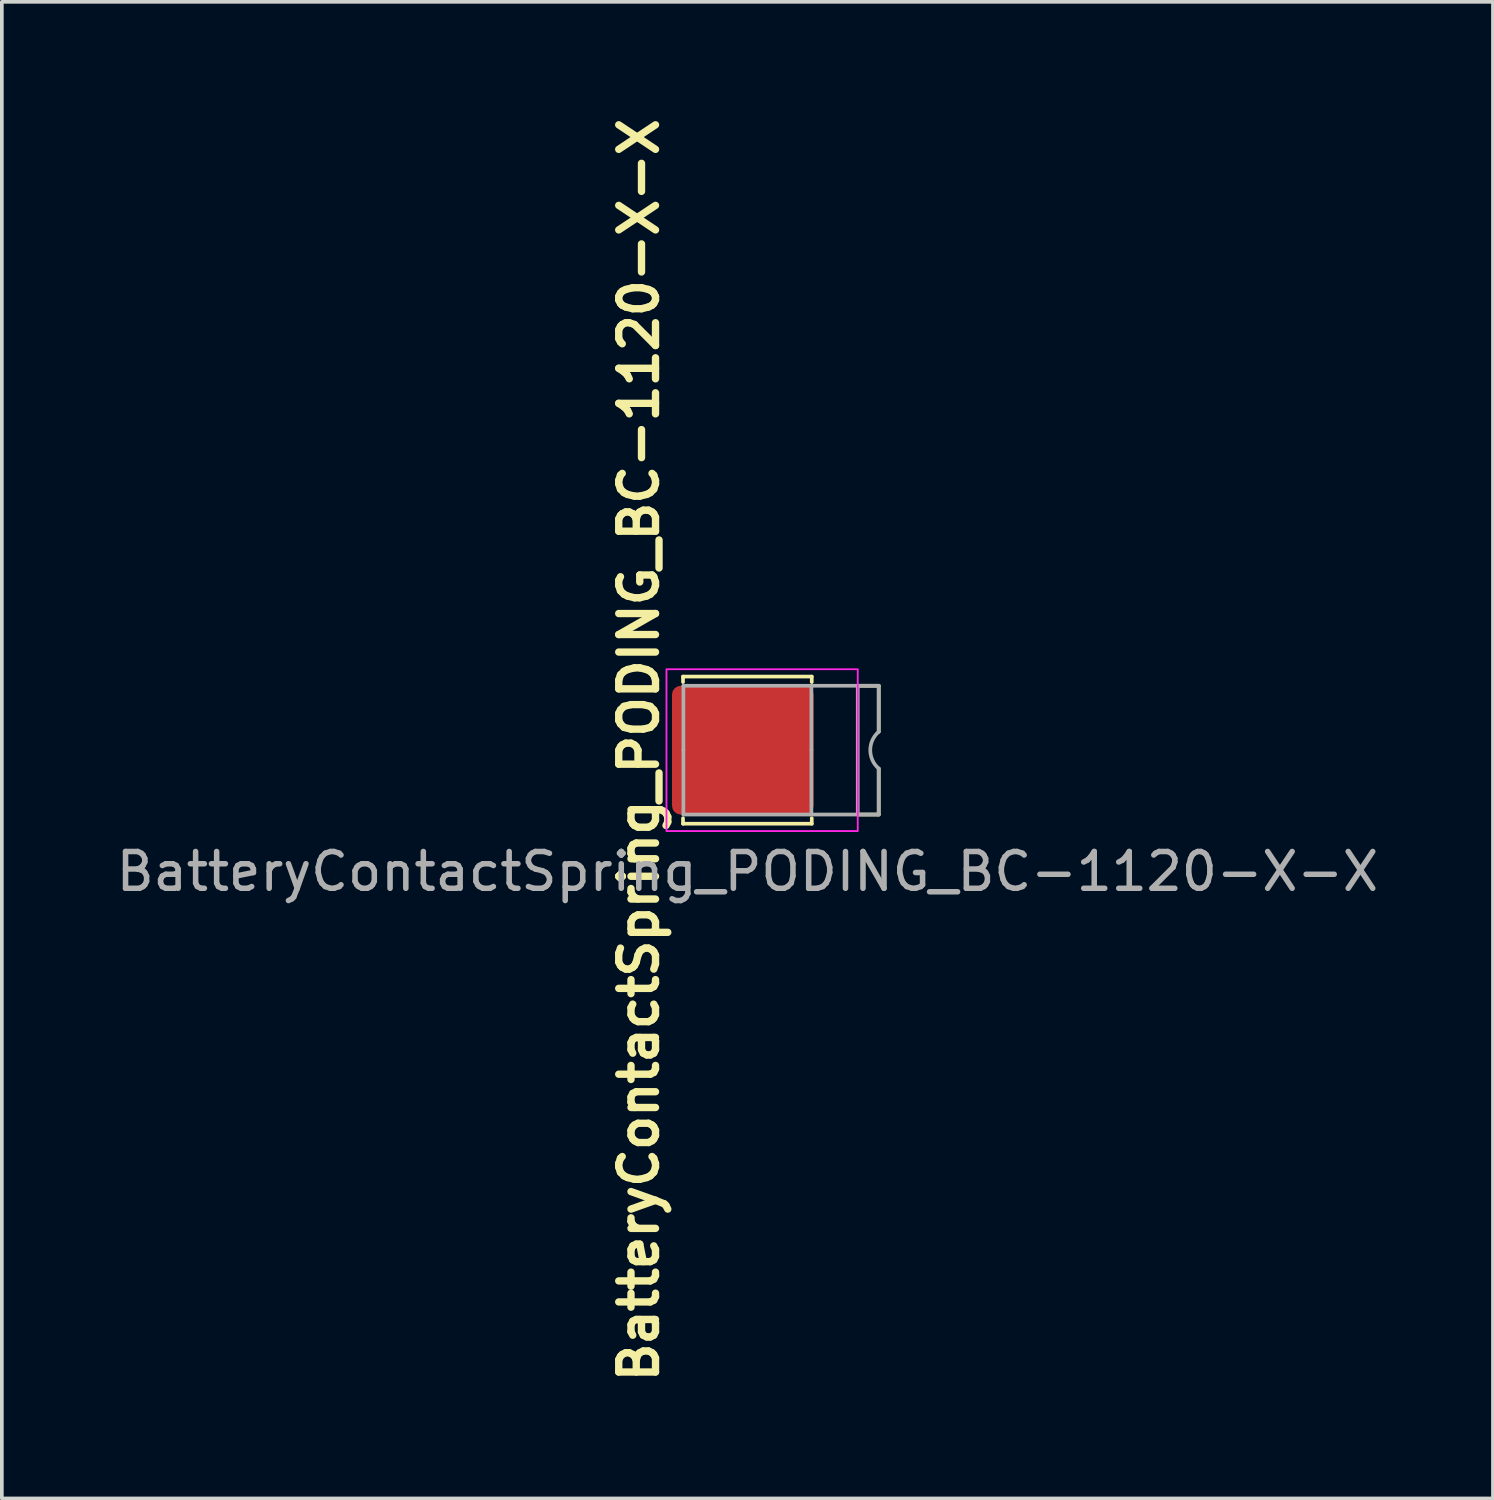
<source format=kicad_pcb>
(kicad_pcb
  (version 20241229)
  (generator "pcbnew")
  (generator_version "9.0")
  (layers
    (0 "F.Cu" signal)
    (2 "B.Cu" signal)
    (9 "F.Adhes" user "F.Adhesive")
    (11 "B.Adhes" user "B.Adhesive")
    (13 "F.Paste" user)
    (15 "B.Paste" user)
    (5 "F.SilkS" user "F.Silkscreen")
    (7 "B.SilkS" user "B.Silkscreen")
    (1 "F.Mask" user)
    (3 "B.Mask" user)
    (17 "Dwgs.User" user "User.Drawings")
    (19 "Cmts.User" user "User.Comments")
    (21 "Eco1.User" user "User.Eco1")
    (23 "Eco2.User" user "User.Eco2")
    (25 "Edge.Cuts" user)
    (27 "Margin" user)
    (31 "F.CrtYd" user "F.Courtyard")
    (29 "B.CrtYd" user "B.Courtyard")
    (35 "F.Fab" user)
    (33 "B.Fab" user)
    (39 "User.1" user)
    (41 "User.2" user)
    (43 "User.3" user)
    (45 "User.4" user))
  (footprint "BatteryContactSpring_PODING_BC-1120-X-X"
    (layer "F.Cu")
    (at 17.268 17.343)
    (property "Reference" "BatteryContactSpring_PODING_BC-1120-X-X" (at -2.95 0 90) (unlocked yes) (layer "F.SilkS") (effects (font (size 1 1) (thickness 0.2) (bold yes))))
    (attr smd)
    (fp_line (start -1.75 -2) (end 1.75 -2) (stroke (width 0.1) (type default)) (layer "F.SilkS"))
    (fp_line (start -1.75 -1.85) (end -1.75 -2) (stroke (width 0.1) (type default)) (layer "F.SilkS"))
    (fp_line (start -1.75 1.85) (end -1.75 2) (stroke (width 0.1) (type default)) (layer "F.SilkS"))
    (fp_line (start -1.75 2) (end 1.75 2) (stroke (width 0.1) (type default)) (layer "F.SilkS"))
    (fp_line (start 1.75 -2) (end 1.75 -1.85) (stroke (width 0.1) (type default)) (layer "F.SilkS"))
    (fp_line (start 1.75 2) (end 1.75 1.85) (stroke (width 0.1) (type default)) (layer "F.SilkS"))
    (fp_line (start 3 -1.75) (end 3.57 -1.75) (stroke (width 0.1) (type default)) (layer "F.SilkS"))
    (fp_line (start 3 1.75) (end 3.57 1.75) (stroke (width 0.1) (type default)) (layer "F.SilkS"))
    (fp_line (start 3.57 -1.75) (end 3.57 -0.5) (stroke (width 0.1) (type default)) (layer "F.SilkS"))
    (fp_line (start 3.57 1.75) (end 3.57 0.5) (stroke (width 0.1) (type default)) (layer "F.SilkS"))
    (fp_rect (start -1.7 -1.5) (end -0.3 -0.2) (stroke (width 0.1) (type solid)) (fill yes) (layer "F.Paste"))
    (fp_rect (start -1.7 0.2) (end -0.3 1.5) (stroke (width 0.1) (type solid)) (fill yes) (layer "F.Paste"))
    (fp_rect (start 0.1 -1.5) (end 1.5 -0.2) (stroke (width 0.1) (type solid)) (fill yes) (layer "F.Paste"))
    (fp_rect (start 0.1 0.2) (end 1.5 1.5) (stroke (width 0.1) (type solid)) (fill yes) (layer "F.Paste"))
    (fp_rect (start -2.2 -2.2) (end 3 2.2) (stroke (width 0.05) (type default)) (fill no) (layer "F.CrtYd"))
    (fp_line (start -1.74 0) (end -1.74 -1.75) (stroke (width 0.1) (type default)) (layer "F.Fab"))
    (fp_line (start -1.74 0) (end -1.74 1.75) (stroke (width 0.1) (type default)) (layer "F.Fab"))
    (fp_line (start -1.74 1.75) (end 1.74 1.75) (stroke (width 0.1) (type default)) (layer "F.Fab"))
    (fp_line (start 1.74 -1.75) (end -1.74 -1.75) (stroke (width 0.1) (type default)) (layer "F.Fab"))
    (fp_line (start 1.74 -1.75) (end 3.57 -1.75) (stroke (width 0.1) (type default)) (layer "F.Fab"))
    (fp_line (start 1.74 0) (end 1.74 -1.75) (stroke (width 0.1) (type default)) (layer "F.Fab"))
    (fp_line (start 1.74 0) (end 1.74 1.75) (stroke (width 0.1) (type default)) (layer "F.Fab"))
    (fp_line (start 1.74 1.75) (end 3.57 1.75) (stroke (width 0.1) (type default)) (layer "F.Fab"))
    (fp_line (start 3 -1.75) (end 3 1.75) (stroke (width 0.1) (type default)) (layer "F.Fab"))
    (fp_line (start 3.57 -1.75) (end 3.57 -0.5) (stroke (width 0.1) (type default)) (layer "F.Fab"))
    (fp_line (start 3.57 1.75) (end 3.57 0.5) (stroke (width 0.1) (type default)) (layer "F.Fab"))
    (fp_arc (start 3.57 0.5) (mid 3.340531 0) (end 3.57 -0.5) (stroke (width 0.1) (type default)) (layer "F.Fab"))
    (fp_text user "${REFERENCE}" (at 0 3.3 0) (unlocked yes) (layer "F.Fab") (effects (font (size 1 1) (thickness 0.15))))
    (pad "1" smd roundrect (at -0.125 0) (size 3.85 3.5) (layers "F.Cu" "F.Mask") (roundrect_rratio 0.068)))
  (gr_rect
    (start -3 -3)
    (end 37.536 37.686)
    (stroke (width 0.1) (type default))
    (fill no)
    (layer "Edge.Cuts")))
</source>
